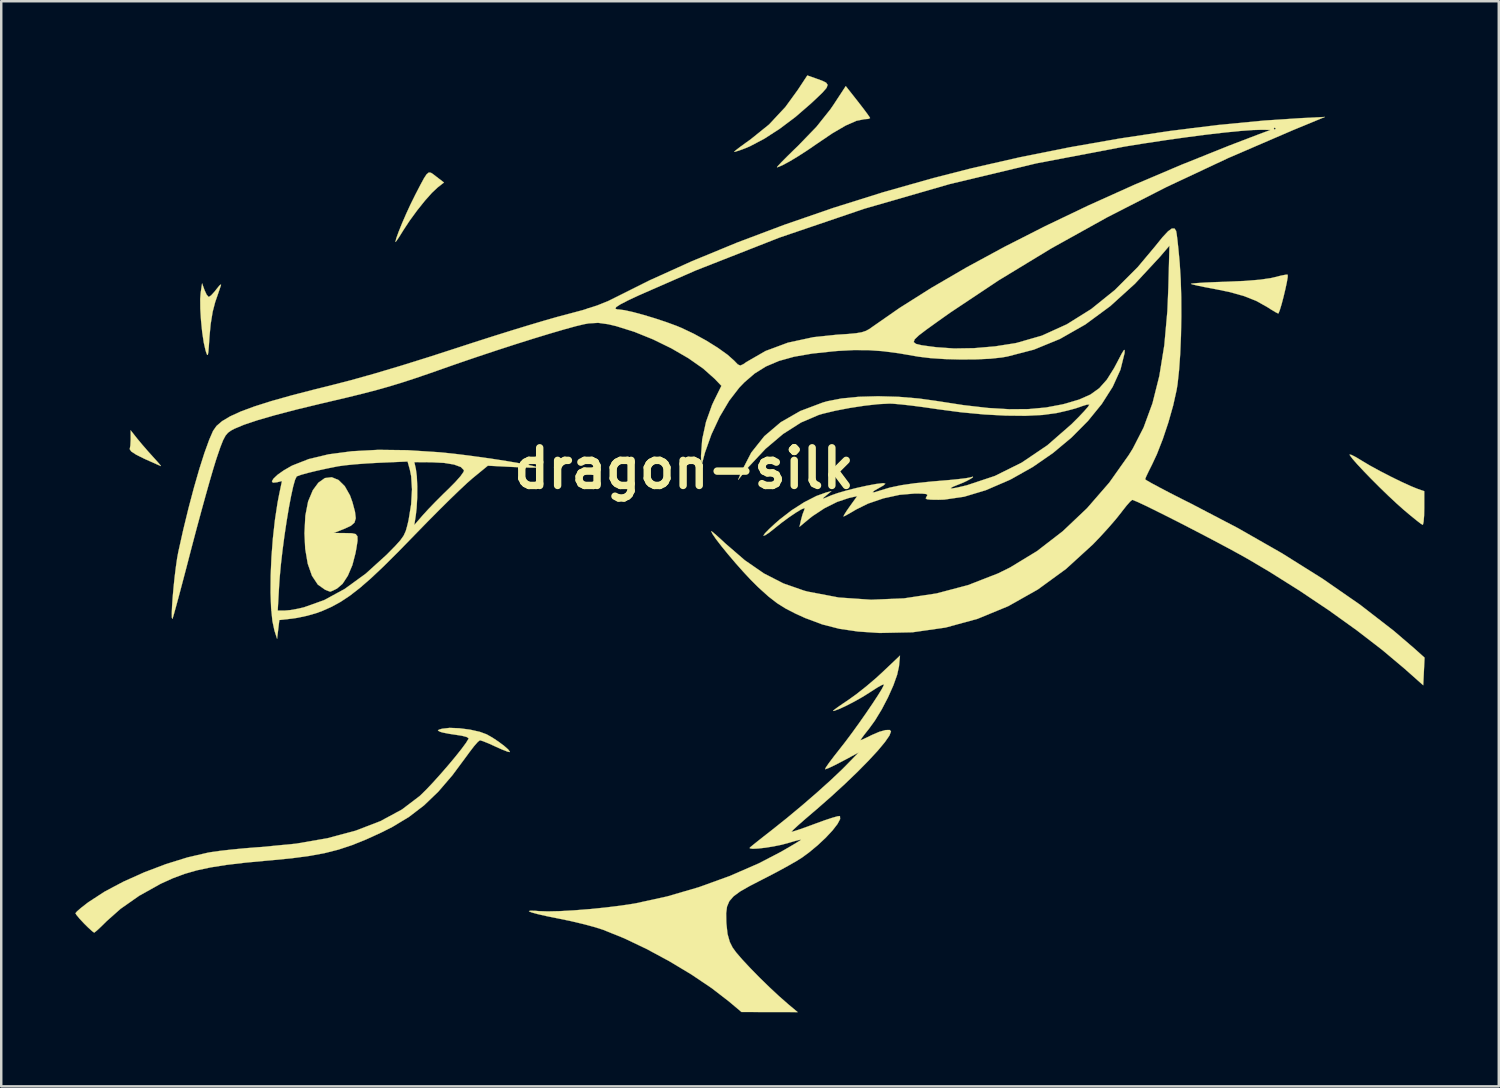
<source format=kicad_pcb>
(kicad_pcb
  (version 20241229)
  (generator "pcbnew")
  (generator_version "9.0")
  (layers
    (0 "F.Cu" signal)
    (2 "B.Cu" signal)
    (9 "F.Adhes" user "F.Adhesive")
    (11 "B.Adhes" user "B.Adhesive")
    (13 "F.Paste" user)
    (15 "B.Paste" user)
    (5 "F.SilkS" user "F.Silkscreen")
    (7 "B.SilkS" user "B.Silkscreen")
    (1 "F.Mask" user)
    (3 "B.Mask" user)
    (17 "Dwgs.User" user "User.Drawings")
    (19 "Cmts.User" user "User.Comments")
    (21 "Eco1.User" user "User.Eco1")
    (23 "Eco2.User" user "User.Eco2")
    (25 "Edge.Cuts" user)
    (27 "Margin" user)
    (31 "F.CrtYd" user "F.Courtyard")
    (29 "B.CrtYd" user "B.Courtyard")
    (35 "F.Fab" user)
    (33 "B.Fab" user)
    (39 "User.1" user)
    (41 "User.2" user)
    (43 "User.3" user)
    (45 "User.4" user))
  (footprint "dragon-silk"
    (layer "F.Cu")
    (at 24.643 15.915)
    (property "Reference" "dragon-silk" (at 0 0 0) (layer "F.SilkS") (effects (font (size 1.524 1.524) (thickness 0.3))))
    (attr through_hole)
    (fp_poly (pts (xy -22.145 -1.216) (xy -21.939 -0.968) (xy -21.685 -0.675) (xy -21.515 -0.487) (xy -21.331 -0.284) (xy -21.209 -0.142) (xy -21.176 -0.094) (xy -21.263 -0.13) (xy -21.466 -0.22) (xy -21.746 -0.345) (xy -21.844 -0.389) (xy -22.177 -0.554) (xy -22.381 -0.688) (xy -22.441 -0.78) (xy -22.44 -0.783) (xy -22.414 -0.933) (xy -22.402 -1.167) (xy -22.402 -1.216) (xy -22.403 -1.543) (xy -22.145 -1.216)) (stroke (width 0.01) (type solid)) (fill yes) (layer "F.SilkS"))
    (fp_poly (pts (xy 5.336 -15.79) (xy 5.593 -15.697) (xy 5.755 -15.618) (xy 5.816 -15.529) (xy 5.772 -15.407) (xy 5.618 -15.228) (xy 5.349 -14.969) (xy 5.132 -14.767) (xy 4.518 -14.235) (xy 3.877 -13.753) (xy 3.247 -13.346) (xy 2.665 -13.04) (xy 2.477 -12.961) (xy 2.236 -12.872) (xy 2.075 -12.823) (xy 2.032 -12.821) (xy 2.097 -12.881) (xy 2.27 -13.014) (xy 2.523 -13.198) (xy 2.691 -13.317) (xy 3.445 -13.925) (xy 4.108 -14.636) (xy 4.602 -15.316) (xy 4.994 -15.91) (xy 5.336 -15.79)) (stroke (width 0.01) (type solid)) (fill yes) (layer "F.SilkS"))
    (fp_poly (pts (xy -10.246 -11.971) (xy -10.142 -11.902) (xy -10.03 -11.815) (xy -9.718 -11.576) (xy -9.975 -11.375) (xy -10.205 -11.159) (xy -10.491 -10.838) (xy -10.801 -10.451) (xy -11.102 -10.039) (xy -11.364 -9.642) (xy -11.39 -9.599) (xy -11.537 -9.364) (xy -11.642 -9.209) (xy -11.684 -9.167) (xy -11.684 -9.168) (xy -11.649 -9.314) (xy -11.555 -9.576) (xy -11.418 -9.916) (xy -11.252 -10.298) (xy -11.074 -10.686) (xy -10.897 -11.043) (xy -10.883 -11.072) (xy -10.673 -11.477) (xy -10.524 -11.752) (xy -10.417 -11.914) (xy -10.331 -11.981) (xy -10.246 -11.971)) (stroke (width 0.01) (type solid)) (fill yes) (layer "F.SilkS"))
    (fp_poly (pts (xy 7.042 -14.854) (xy 7.256 -14.578) (xy 7.423 -14.354) (xy 7.52 -14.214) (xy 7.535 -14.184) (xy 7.462 -14.151) (xy 7.303 -14.139) (xy 6.982 -14.074) (xy 6.551 -13.885) (xy 6.013 -13.572) (xy 5.419 -13.17) (xy 5.013 -12.892) (xy 4.62 -12.638) (xy 4.267 -12.426) (xy 3.984 -12.274) (xy 3.799 -12.198) (xy 3.764 -12.192) (xy 3.804 -12.247) (xy 3.946 -12.398) (xy 4.173 -12.626) (xy 4.462 -12.91) (xy 4.629 -13.071) (xy 5.361 -13.828) (xy 5.929 -14.54) (xy 6.048 -14.714) (xy 6.55 -15.479) (xy 7.042 -14.854)) (stroke (width 0.01) (type solid)) (fill yes) (layer "F.SilkS"))
    (fp_poly (pts (xy 27.037 -0.542) (xy 27.222 -0.446) (xy 27.466 -0.298) (xy 27.78 -0.111) (xy 28.183 0.109) (xy 28.626 0.337) (xy 29.063 0.551) (xy 29.446 0.725) (xy 29.711 0.832) (xy 29.972 0.923) (xy 29.972 1.604) (xy 29.965 1.92) (xy 29.945 2.157) (xy 29.918 2.277) (xy 29.909 2.284) (xy 29.822 2.231) (xy 29.638 2.089) (xy 29.382 1.88) (xy 29.125 1.663) (xy 28.833 1.402) (xy 28.505 1.095) (xy 28.163 0.763) (xy 27.827 0.427) (xy 27.518 0.108) (xy 27.257 -0.171) (xy 27.065 -0.391) (xy 26.962 -0.529) (xy 26.952 -0.565) (xy 27.037 -0.542)) (stroke (width 0.01) (type solid)) (fill yes) (layer "F.SilkS"))
    (fp_poly (pts (xy -19.412 -7.218) (xy -19.326 -7.034) (xy -19.246 -6.944) (xy -19.237 -6.943) (xy -19.146 -7.005) (xy -19.002 -7.163) (xy -18.926 -7.26) (xy -18.804 -7.41) (xy -18.745 -7.448) (xy -18.749 -7.408) (xy -18.807 -7.24) (xy -18.898 -6.974) (xy -18.982 -6.731) (xy -19.083 -6.342) (xy -19.164 -5.843) (xy -19.212 -5.334) (xy -19.238 -4.943) (xy -19.259 -4.703) (xy -19.28 -4.595) (xy -19.308 -4.601) (xy -19.347 -4.703) (xy -19.372 -4.784) (xy -19.444 -5.101) (xy -19.507 -5.523) (xy -19.554 -5.996) (xy -19.583 -6.461) (xy -19.587 -6.864) (xy -19.568 -7.112) (xy -19.511 -7.493) (xy -19.412 -7.218)) (stroke (width 0.01) (type solid)) (fill yes) (layer "F.SilkS"))
    (fp_poly (pts (xy 24.443 -7.843) (xy 24.443 -7.749) (xy 24.408 -7.54) (xy 24.348 -7.258) (xy 24.274 -6.948) (xy 24.197 -6.654) (xy 24.126 -6.419) (xy 24.074 -6.286) (xy 24.059 -6.272) (xy 23.962 -6.319) (xy 23.774 -6.431) (xy 23.625 -6.527) (xy 23.187 -6.774) (xy 22.684 -6.975) (xy 22.08 -7.144) (xy 21.457 -7.271) (xy 21.089 -7.34) (xy 20.786 -7.402) (xy 20.586 -7.45) (xy 20.524 -7.472) (xy 20.59 -7.488) (xy 20.799 -7.506) (xy 21.125 -7.526) (xy 21.542 -7.544) (xy 21.946 -7.558) (xy 22.713 -7.591) (xy 23.32 -7.641) (xy 23.765 -7.706) (xy 23.909 -7.74) (xy 24.177 -7.807) (xy 24.371 -7.844) (xy 24.443 -7.843)) (stroke (width 0.01) (type solid)) (fill yes) (layer "F.SilkS"))
    (fp_poly (pts (xy -13.986 0.47) (xy -13.734 0.719) (xy -13.522 1.093) (xy -13.423 1.369) (xy -13.32 1.754) (xy -13.289 2.017) (xy -13.341 2.195) (xy -13.487 2.323) (xy -13.737 2.439) (xy -14.182 2.614) (xy -13.695 2.619) (xy -13.445 2.625) (xy -13.292 2.658) (xy -13.221 2.749) (xy -13.217 2.929) (xy -13.263 3.229) (xy -13.3 3.431) (xy -13.427 3.917) (xy -13.608 4.343) (xy -13.824 4.673) (xy -14.051 4.866) (xy -14.227 4.953) (xy -14.323 4.99) (xy -14.326 4.99) (xy -14.414 4.958) (xy -14.53 4.912) (xy -14.825 4.704) (xy -15.061 4.349) (xy -15.233 3.861) (xy -15.336 3.254) (xy -15.366 2.625) (xy -15.33 1.913) (xy -15.218 1.337) (xy -15.026 0.88) (xy -14.804 0.579) (xy -14.539 0.39) (xy -14.26 0.357) (xy -13.986 0.47)) (stroke (width 0.01) (type solid)) (fill yes) (layer "F.SilkS"))
    (fp_poly (pts (xy -9.089 10.521) (xy -8.659 10.577) (xy -8.263 10.666) (xy -7.988 10.768) (xy -7.75 10.903) (xy -7.501 11.069) (xy -7.277 11.238) (xy -7.114 11.382) (xy -7.049 11.473) (xy -7.053 11.484) (xy -7.141 11.468) (xy -7.339 11.392) (xy -7.606 11.274) (xy -7.629 11.263) (xy -7.91 11.135) (xy -8.136 11.044) (xy -8.258 11.007) (xy -8.261 11.007) (xy -8.347 11.072) (xy -8.5 11.246) (xy -8.692 11.497) (xy -8.781 11.62) (xy -9.376 12.422) (xy -9.948 13.088) (xy -10.524 13.641) (xy -11.133 14.108) (xy -11.802 14.512) (xy -12.234 14.731) (xy -12.863 15.019) (xy -13.435 15.25) (xy -13.987 15.433) (xy -14.555 15.577) (xy -15.176 15.691) (xy -15.888 15.785) (xy -16.727 15.867) (xy -16.862 15.878) (xy -17.763 15.962) (xy -18.522 16.052) (xy -19.167 16.154) (xy -19.725 16.273) (xy -20.224 16.417) (xy -20.691 16.591) (xy -21.155 16.801) (xy -21.209 16.828) (xy -22.063 17.305) (xy -22.814 17.832) (xy -23.368 18.323) (xy -23.593 18.545) (xy -23.771 18.711) (xy -23.871 18.791) (xy -23.88 18.795) (xy -23.958 18.74) (xy -24.117 18.596) (xy -24.282 18.433) (xy -24.471 18.231) (xy -24.6 18.075) (xy -24.638 18.009) (xy -24.575 17.934) (xy -24.407 17.789) (xy -24.167 17.602) (xy -24.109 17.559) (xy -23.469 17.142) (xy -22.703 16.735) (xy -21.857 16.355) (xy -20.974 16.02) (xy -20.097 15.748) (xy -19.272 15.557) (xy -19.177 15.54) (xy -18.807 15.487) (xy -18.325 15.432) (xy -17.784 15.38) (xy -17.243 15.337) (xy -17.103 15.328) (xy -15.708 15.193) (xy -14.438 14.973) (xy -13.297 14.668) (xy -12.291 14.281) (xy -11.425 13.814) (xy -10.704 13.267) (xy -10.669 13.235) (xy -10.427 12.997) (xy -10.141 12.694) (xy -9.835 12.353) (xy -9.528 11.998) (xy -9.242 11.655) (xy -8.999 11.349) (xy -8.821 11.107) (xy -8.729 10.954) (xy -8.721 10.924) (xy -8.797 10.875) (xy -8.995 10.823) (xy -9.207 10.79) (xy -9.506 10.745) (xy -9.757 10.696) (xy -9.864 10.666) (xy -9.964 10.616) (xy -9.925 10.578) (xy -9.792 10.539) (xy -9.488 10.505) (xy -9.089 10.521)) (stroke (width 0.01) (type solid)) (fill yes) (layer "F.SilkS"))
    (fp_poly (pts (xy -11.197 -0.738) (xy -9.911 -0.655) (xy -9.737 -0.639) (xy -9.269 -0.589) (xy -8.749 -0.525) (xy -8.205 -0.452) (xy -7.662 -0.373) (xy -7.149 -0.292) (xy -6.694 -0.215) (xy -6.323 -0.145) (xy -6.063 -0.087) (xy -5.943 -0.044) (xy -5.941 -0.042) (xy -6.006 -0.033) (xy -6.209 -0.032) (xy -6.519 -0.041) (xy -6.904 -0.057) (xy -6.924 -0.058) (xy -7.941 -0.11) (xy -8.564 0.4) (xy -8.788 0.597) (xy -9.106 0.895) (xy -9.497 1.273) (xy -9.937 1.709) (xy -10.405 2.181) (xy -10.879 2.667) (xy -10.906 2.695) (xy -11.584 3.391) (xy -12.168 3.971) (xy -12.675 4.449) (xy -13.122 4.838) (xy -13.525 5.151) (xy -13.901 5.401) (xy -14.267 5.602) (xy -14.638 5.767) (xy -14.87 5.853) (xy -15.249 5.963) (xy -15.668 6.052) (xy -15.872 6.082) (xy -16.383 6.138) (xy -16.429 6.519) (xy -16.474 6.9) (xy -16.582 6.562) (xy -16.664 6.178) (xy -16.706 5.757) (xy -16.449 5.757) (xy -16.174 5.757) (xy -15.941 5.736) (xy -15.626 5.68) (xy -15.387 5.624) (xy -14.568 5.332) (xy -13.733 4.877) (xy -12.887 4.263) (xy -12.04 3.495) (xy -11.976 3.431) (xy -11.68 3.129) (xy -11.48 2.906) (xy -11.35 2.721) (xy -11.264 2.533) (xy -11.199 2.302) (xy -11.197 2.294) (xy -10.92 2.294) (xy -10.572 1.892) (xy -10.359 1.659) (xy -10.068 1.357) (xy -9.744 1.033) (xy -9.546 0.842) (xy -9.261 0.555) (xy -9.047 0.314) (xy -8.926 0.142) (xy -8.907 0.075) (xy -9.034 -0.056) (xy -9.309 -0.157) (xy -9.71 -0.223) (xy -10.217 -0.249) (xy -10.221 -0.249) (xy -10.918 -0.254) (xy -10.856 0.021) (xy -10.817 0.319) (xy -10.799 0.723) (xy -10.801 1.172) (xy -10.825 1.605) (xy -10.857 1.888) (xy -10.92 2.294) (xy -11.197 2.294) (xy -11.15 2.088) (xy -11.047 1.458) (xy -11.012 0.849) (xy -11.046 0.312) (xy -11.099 0.051) (xy -11.191 -0.279) (xy -12.348 -0.229) (xy -12.827 -0.203) (xy -13.296 -0.168) (xy -13.702 -0.128) (xy -13.995 -0.088) (xy -14.012 -0.085) (xy -14.443 0.001) (xy -14.859 0.092) (xy -15.225 0.181) (xy -15.505 0.259) (xy -15.664 0.317) (xy -15.683 0.329) (xy -15.747 0.461) (xy -15.824 0.734) (xy -15.909 1.123) (xy -16 1.603) (xy -16.09 2.145) (xy -16.177 2.726) (xy -16.255 3.317) (xy -16.321 3.893) (xy -16.37 4.428) (xy -16.39 4.72) (xy -16.449 5.757) (xy -16.706 5.757) (xy -16.716 5.659) (xy -16.739 5.034) (xy -16.734 4.333) (xy -16.702 3.588) (xy -16.644 2.828) (xy -16.561 2.083) (xy -16.455 1.385) (xy -16.388 1.04) (xy -16.277 0.51) (xy -16.478 0.561) (xy -16.644 0.577) (xy -16.684 0.519) (xy -16.614 0.406) (xy -16.451 0.254) (xy -16.209 0.083) (xy -15.907 -0.092) (xy -15.854 -0.119) (xy -15.194 -0.378) (xy -14.387 -0.571) (xy -13.446 -0.695) (xy -12.379 -0.752) (xy -11.197 -0.738)) (stroke (width 0.01) (type solid)) (fill yes) (layer "F.SilkS"))
    (fp_poly (pts (xy 8.705 8.012) (xy 8.63 8.354) (xy 8.475 8.788) (xy 8.26 9.27) (xy 8.006 9.757) (xy 7.733 10.205) (xy 7.491 10.539) (xy 7.31 10.767) (xy 7.187 10.933) (xy 7.145 11.006) (xy 7.146 11.007) (xy 7.236 10.972) (xy 7.428 10.882) (xy 7.604 10.795) (xy 7.91 10.663) (xy 8.164 10.593) (xy 8.332 10.59) (xy 8.382 10.647) (xy 8.318 10.816) (xy 8.137 11.077) (xy 7.854 11.418) (xy 7.481 11.822) (xy 7.033 12.277) (xy 6.523 12.767) (xy 5.966 13.278) (xy 5.376 13.796) (xy 5.224 13.925) (xy 4.902 14.201) (xy 4.635 14.435) (xy 4.446 14.609) (xy 4.357 14.702) (xy 4.353 14.711) (xy 4.438 14.693) (xy 4.649 14.626) (xy 4.955 14.518) (xy 5.323 14.383) (xy 5.323 14.382) (xy 5.693 14.248) (xy 6.004 14.145) (xy 6.221 14.084) (xy 6.314 14.075) (xy 6.322 14.195) (xy 6.216 14.395) (xy 6.016 14.654) (xy 5.742 14.948) (xy 5.415 15.255) (xy 5.054 15.554) (xy 4.784 15.752) (xy 4.556 15.895) (xy 4.215 16.09) (xy 3.802 16.316) (xy 3.355 16.55) (xy 3.176 16.641) (xy 2.657 16.908) (xy 2.273 17.128) (xy 2.006 17.325) (xy 1.835 17.522) (xy 1.742 17.742) (xy 1.707 18.009) (xy 1.713 18.346) (xy 1.717 18.427) (xy 1.763 18.849) (xy 1.855 19.174) (xy 1.969 19.401) (xy 2.117 19.603) (xy 2.365 19.89) (xy 2.688 20.236) (xy 3.059 20.615) (xy 3.453 20.999) (xy 3.842 21.362) (xy 4.202 21.678) (xy 4.227 21.7) (xy 4.602 22.013) (xy 2.328 22.009) (xy 1.82 21.581) (xy 1.123 21.043) (xy 0.305 20.492) (xy -0.589 19.955) (xy -1.512 19.457) (xy -2.421 19.024) (xy -3.27 18.681) (xy -3.302 18.67) (xy -3.642 18.563) (xy -4.089 18.444) (xy -4.583 18.327) (xy -5.035 18.233) (xy -5.547 18.13) (xy -5.929 18.043) (xy -6.175 17.975) (xy -6.279 17.929) (xy -6.233 17.907) (xy -6.031 17.911) (xy -5.873 17.924) (xy -5.516 17.936) (xy -5.03 17.925) (xy -4.454 17.893) (xy -3.827 17.843) (xy -3.188 17.779) (xy -2.574 17.704) (xy -2.025 17.621) (xy -1.939 17.605) (xy -0.687 17.331) (xy 0.592 16.958) (xy 1.847 16.505) (xy 3.028 15.991) (xy 3.906 15.534) (xy 4.238 15.344) (xy 4.507 15.185) (xy 4.684 15.075) (xy 4.741 15.032) (xy 4.668 15.04) (xy 4.476 15.09) (xy 4.233 15.162) (xy 3.947 15.238) (xy 3.623 15.304) (xy 3.298 15.356) (xy 3.007 15.389) (xy 2.784 15.4) (xy 2.666 15.383) (xy 2.667 15.351) (xy 2.764 15.27) (xy 2.965 15.108) (xy 3.241 14.89) (xy 3.556 14.644) (xy 4.158 14.164) (xy 4.775 13.65) (xy 5.375 13.132) (xy 5.923 12.639) (xy 6.384 12.203) (xy 6.562 12.025) (xy 7.07 11.503) (xy 6.409 11.857) (xy 6.112 12.011) (xy 5.875 12.123) (xy 5.735 12.176) (xy 5.713 12.176) (xy 5.749 12.101) (xy 5.873 11.922) (xy 6.065 11.667) (xy 6.288 11.383) (xy 6.539 11.062) (xy 6.816 10.691) (xy 7.102 10.294) (xy 7.38 9.897) (xy 7.634 9.523) (xy 7.848 9.196) (xy 8.005 8.942) (xy 8.087 8.783) (xy 8.094 8.743) (xy 8.011 8.769) (xy 7.828 8.871) (xy 7.58 9.03) (xy 7.536 9.059) (xy 7.249 9.24) (xy 6.921 9.426) (xy 6.591 9.598) (xy 6.302 9.733) (xy 6.095 9.81) (xy 6.034 9.821) (xy 6.074 9.779) (xy 6.228 9.665) (xy 6.469 9.499) (xy 6.627 9.394) (xy 6.97 9.149) (xy 7.372 8.832) (xy 7.775 8.489) (xy 8.012 8.272) (xy 8.746 7.578) (xy 8.705 8.012)) (stroke (width 0.01) (type solid)) (fill yes) (layer "F.SilkS"))
    (fp_poly (pts (xy 17.84 -4.702) (xy 17.835 -4.657) (xy 17.671 -3.996) (xy 17.359 -3.308) (xy 16.915 -2.609) (xy 16.353 -1.919) (xy 15.691 -1.252) (xy 14.943 -0.627) (xy 14.124 -0.06) (xy 13.251 0.432) (xy 13.17 0.472) (xy 12.217 0.883) (xy 11.341 1.146) (xy 10.536 1.263) (xy 10.305 1.27) (xy 10 1.266) (xy 9.836 1.248) (xy 9.786 1.21) (xy 9.821 1.144) (xy 9.821 1.143) (xy 9.857 1.076) (xy 9.807 1.037) (xy 9.642 1.02) (xy 9.351 1.016) (xy 8.734 1.068) (xy 8.077 1.211) (xy 7.45 1.425) (xy 6.976 1.66) (xy 6.727 1.806) (xy 6.541 1.91) (xy 6.459 1.947) (xy 6.482 1.885) (xy 6.583 1.724) (xy 6.715 1.535) (xy 7.012 1.122) (xy 6.674 1.198) (xy 6.202 1.355) (xy 5.691 1.61) (xy 5.207 1.929) (xy 5.068 2.038) (xy 4.676 2.365) (xy 4.74 2.081) (xy 4.8 1.86) (xy 4.859 1.708) (xy 4.862 1.703) (xy 4.887 1.617) (xy 4.872 1.609) (xy 4.751 1.657) (xy 4.535 1.787) (xy 4.262 1.971) (xy 3.969 2.186) (xy 3.693 2.405) (xy 3.662 2.431) (xy 3.443 2.604) (xy 3.284 2.708) (xy 3.218 2.722) (xy 3.217 2.718) (xy 3.278 2.629) (xy 3.442 2.46) (xy 3.681 2.238) (xy 3.868 2.074) (xy 4.357 1.696) (xy 4.869 1.368) (xy 5.36 1.117) (xy 5.757 0.974) (xy 5.969 0.921) (xy 5.757 1.096) (xy 5.642 1.194) (xy 5.624 1.227) (xy 5.725 1.192) (xy 5.959 1.092) (xy 6.221 0.999) (xy 6.582 0.894) (xy 6.994 0.79) (xy 7.407 0.699) (xy 7.771 0.631) (xy 8.037 0.599) (xy 8.086 0.598) (xy 8.152 0.621) (xy 8.073 0.691) (xy 7.938 0.768) (xy 7.709 0.898) (xy 7.633 0.966) (xy 7.709 0.967) (xy 7.937 0.897) (xy 7.943 0.894) (xy 8.336 0.776) (xy 8.796 0.68) (xy 9.354 0.599) (xy 10.04 0.529) (xy 10.306 0.507) (xy 10.736 0.471) (xy 11.113 0.433) (xy 11.402 0.398) (xy 11.564 0.37) (xy 11.576 0.367) (xy 11.699 0.334) (xy 11.698 0.359) (xy 11.603 0.423) (xy 11.443 0.51) (xy 11.245 0.6) (xy 11.153 0.636) (xy 10.894 0.74) (xy 10.794 0.799) (xy 10.848 0.812) (xy 11.051 0.778) (xy 11.398 0.696) (xy 11.452 0.683) (xy 12.587 0.305) (xy 13.674 -0.235) (xy 14.711 -0.936) (xy 15.684 -1.785) (xy 15.971 -2.071) (xy 16.202 -2.315) (xy 16.356 -2.492) (xy 16.412 -2.579) (xy 16.411 -2.583) (xy 16.312 -2.582) (xy 16.124 -2.524) (xy 16.075 -2.505) (xy 15.852 -2.43) (xy 15.526 -2.342) (xy 15.158 -2.257) (xy 15.073 -2.239) (xy 14.518 -2.164) (xy 13.827 -2.13) (xy 13.03 -2.138) (xy 12.153 -2.185) (xy 11.226 -2.272) (xy 10.277 -2.397) (xy 10.217 -2.406) (xy 9.705 -2.48) (xy 9.214 -2.544) (xy 8.785 -2.592) (xy 8.457 -2.62) (xy 8.323 -2.625) (xy 7.868 -2.602) (xy 7.311 -2.54) (xy 6.711 -2.448) (xy 6.127 -2.336) (xy 5.62 -2.214) (xy 5.454 -2.165) (xy 4.735 -1.857) (xy 4.011 -1.395) (xy 3.297 -0.79) (xy 2.609 -0.055) (xy 2.427 0.169) (xy 2.192 0.466) (xy 2.328 0.127) (xy 2.725 -0.642) (xy 3.256 -1.308) (xy 3.918 -1.87) (xy 4.709 -2.324) (xy 5.625 -2.669) (xy 5.805 -2.72) (xy 6.379 -2.832) (xy 7.078 -2.9) (xy 7.859 -2.922) (xy 8.684 -2.899) (xy 9.512 -2.83) (xy 10.202 -2.734) (xy 11.322 -2.561) (xy 12.305 -2.448) (xy 13.174 -2.396) (xy 13.951 -2.402) (xy 14.658 -2.467) (xy 15.316 -2.591) (xy 15.429 -2.619) (xy 16.005 -2.79) (xy 16.455 -2.99) (xy 16.815 -3.249) (xy 17.123 -3.596) (xy 17.415 -4.063) (xy 17.569 -4.354) (xy 17.717 -4.638) (xy 17.804 -4.782) (xy 17.841 -4.799) (xy 17.84 -4.702)) (stroke (width 0.01) (type solid)) (fill yes) (layer "F.SilkS"))
    (fp_poly (pts (xy 24.638 -13.689) (xy 22.037 -12.568) (xy 19.535 -11.394) (xy 17.143 -10.172) (xy 14.876 -8.912) (xy 12.747 -7.619) (xy 10.77 -6.302) (xy 10.261 -5.941) (xy 9.819 -5.623) (xy 9.512 -5.39) (xy 9.339 -5.226) (xy 9.3 -5.115) (xy 9.395 -5.041) (xy 9.621 -4.987) (xy 9.98 -4.937) (xy 10.225 -4.906) (xy 10.939 -4.856) (xy 11.748 -4.869) (xy 12.591 -4.941) (xy 13.406 -5.069) (xy 13.466 -5.081) (xy 14.491 -5.376) (xy 15.501 -5.835) (xy 16.489 -6.453) (xy 17.447 -7.226) (xy 18.369 -8.148) (xy 19.08 -8.996) (xy 19.377 -9.364) (xy 19.597 -9.599) (xy 19.752 -9.713) (xy 19.858 -9.714) (xy 19.924 -9.618) (xy 19.947 -9.494) (xy 19.98 -9.236) (xy 20.018 -8.877) (xy 20.058 -8.452) (xy 20.07 -8.315) (xy 20.111 -7.664) (xy 20.133 -6.933) (xy 20.136 -6.16) (xy 20.122 -5.383) (xy 20.091 -4.64) (xy 20.044 -3.97) (xy 19.983 -3.411) (xy 19.945 -3.175) (xy 19.805 -2.546) (xy 19.612 -1.865) (xy 19.386 -1.188) (xy 19.146 -0.574) (xy 18.95 -0.155) (xy 18.813 0.117) (xy 18.713 0.328) (xy 18.671 0.436) (xy 18.671 0.439) (xy 18.743 0.491) (xy 18.946 0.607) (xy 19.261 0.776) (xy 19.665 0.988) (xy 20.14 1.23) (xy 20.532 1.427) (xy 22.431 2.419) (xy 24.212 3.436) (xy 25.862 4.471) (xy 27.373 5.519) (xy 28.732 6.571) (xy 29.576 7.295) (xy 29.984 7.662) (xy 29.93 8.78) (xy 29.168 8.104) (xy 28.269 7.348) (xy 27.241 6.556) (xy 26.116 5.749) (xy 24.923 4.949) (xy 23.695 4.177) (xy 22.86 3.683) (xy 22.511 3.487) (xy 22.081 3.252) (xy 21.592 2.991) (xy 21.066 2.714) (xy 20.524 2.433) (xy 19.99 2.158) (xy 19.483 1.902) (xy 19.028 1.675) (xy 18.645 1.488) (xy 18.356 1.354) (xy 18.184 1.282) (xy 18.149 1.273) (xy 18.067 1.339) (xy 17.917 1.508) (xy 17.729 1.747) (xy 17.695 1.793) (xy 17.479 2.063) (xy 17.183 2.405) (xy 16.847 2.773) (xy 16.551 3.081) (xy 15.467 4.07) (xy 14.325 4.902) (xy 13.13 5.576) (xy 11.884 6.09) (xy 10.591 6.443) (xy 9.254 6.634) (xy 7.916 6.662) (xy 7.048 6.604) (xy 6.292 6.493) (xy 5.597 6.315) (xy 4.91 6.058) (xy 4.513 5.878) (xy 4.11 5.67) (xy 3.764 5.452) (xy 3.424 5.188) (xy 3.036 4.839) (xy 2.963 4.769) (xy 2.697 4.503) (xy 2.399 4.183) (xy 2.087 3.832) (xy 1.786 3.478) (xy 1.515 3.146) (xy 1.296 2.861) (xy 1.151 2.649) (xy 1.101 2.539) (xy 1.157 2.574) (xy 1.309 2.703) (xy 1.53 2.903) (xy 1.672 3.036) (xy 2.462 3.718) (xy 3.237 4.253) (xy 4.028 4.658) (xy 4.863 4.949) (xy 5.007 4.987) (xy 6.27 5.227) (xy 7.579 5.317) (xy 8.906 5.261) (xy 10.224 5.062) (xy 11.503 4.724) (xy 12.717 4.251) (xy 13.205 4.01) (xy 14.29 3.35) (xy 15.336 2.543) (xy 16.319 1.611) (xy 17.218 0.576) (xy 18.009 -0.541) (xy 18.172 -0.804) (xy 18.61 -1.659) (xy 18.968 -2.637) (xy 19.246 -3.744) (xy 19.447 -4.987) (xy 19.571 -6.371) (xy 19.611 -7.324) (xy 19.655 -9.017) (xy 19.255 -8.551) (xy 18.26 -7.479) (xy 17.261 -6.573) (xy 16.25 -5.828) (xy 15.221 -5.242) (xy 14.17 -4.811) (xy 13.091 -4.531) (xy 12.869 -4.492) (xy 12.407 -4.442) (xy 11.832 -4.415) (xy 11.199 -4.41) (xy 10.563 -4.427) (xy 9.977 -4.466) (xy 9.497 -4.524) (xy 9.44 -4.534) (xy 8.685 -4.664) (xy 8.039 -4.748) (xy 7.45 -4.789) (xy 6.865 -4.791) (xy 6.233 -4.757) (xy 6.064 -4.743) (xy 5.19 -4.65) (xy 4.458 -4.523) (xy 3.843 -4.352) (xy 3.319 -4.129) (xy 2.861 -3.844) (xy 2.444 -3.485) (xy 2.238 -3.271) (xy 1.831 -2.743) (xy 1.447 -2.096) (xy 1.111 -1.378) (xy 0.848 -0.64) (xy 0.735 -0.212) (xy 0.714 -0.193) (xy 0.696 -0.317) (xy 0.689 -0.508) (xy 0.737 -1.174) (xy 0.892 -1.884) (xy 1.137 -2.569) (xy 1.222 -2.752) (xy 1.515 -3.344) (xy 1.244 -3.628) (xy 0.777 -4.043) (xy 0.18 -4.461) (xy -0.509 -4.861) (xy -1.252 -5.224) (xy -2.011 -5.531) (xy -2.748 -5.762) (xy -3.069 -5.838) (xy -3.473 -5.894) (xy -3.85 -5.873) (xy -4.043 -5.839) (xy -4.377 -5.759) (xy -4.845 -5.63) (xy -5.423 -5.461) (xy -6.086 -5.259) (xy -6.807 -5.032) (xy -7.563 -4.787) (xy -8.328 -4.533) (xy -9.078 -4.278) (xy -9.567 -4.107) (xy -10.279 -3.857) (xy -10.885 -3.65) (xy -11.425 -3.474) (xy -11.933 -3.319) (xy -12.448 -3.174) (xy -13.005 -3.029) (xy -13.643 -2.872) (xy -14.399 -2.694) (xy -14.66 -2.633) (xy -15.676 -2.388) (xy -16.543 -2.161) (xy -17.257 -1.955) (xy -17.813 -1.769) (xy -18.208 -1.604) (xy -18.345 -1.53) (xy -18.464 -1.443) (xy -18.564 -1.324) (xy -18.66 -1.143) (xy -18.768 -0.87) (xy -18.904 -0.474) (xy -18.954 -0.322) (xy -19.061 0.027) (xy -19.202 0.509) (xy -19.367 1.094) (xy -19.548 1.751) (xy -19.737 2.449) (xy -19.924 3.157) (xy -19.984 3.387) (xy -20.151 4.032) (xy -20.307 4.623) (xy -20.444 5.14) (xy -20.559 5.564) (xy -20.645 5.876) (xy -20.698 6.055) (xy -20.711 6.091) (xy -20.734 6.046) (xy -20.738 5.864) (xy -20.726 5.576) (xy -20.701 5.213) (xy -20.665 4.806) (xy -20.621 4.385) (xy -20.571 3.982) (xy -20.52 3.628) (xy -20.475 3.387) (xy -20.274 2.485) (xy -20.06 1.608) (xy -19.841 0.781) (xy -19.624 0.027) (xy -19.415 -0.629) (xy -19.221 -1.164) (xy -19.067 -1.519) (xy -18.927 -1.719) (xy -18.7 -1.914) (xy -18.376 -2.107) (xy -17.945 -2.304) (xy -17.394 -2.508) (xy -16.714 -2.724) (xy -15.894 -2.955) (xy -14.923 -3.206) (xy -14.351 -3.347) (xy -13.507 -3.564) (xy -12.53 -3.838) (xy -11.443 -4.162) (xy -10.269 -4.529) (xy -9.229 -4.866) (xy -8.467 -5.114) (xy -7.701 -5.359) (xy -6.959 -5.591) (xy -6.268 -5.802) (xy -5.656 -5.984) (xy -5.15 -6.129) (xy -4.784 -6.226) (xy -4.091 -6.411) (xy -3.925 -6.465) (xy -2.781 -6.465) (xy -2.69 -6.436) (xy -2.634 -6.435) (xy -2.408 -6.406) (xy -2.064 -6.33) (xy -1.642 -6.216) (xy -1.182 -6.078) (xy -0.723 -5.926) (xy -0.306 -5.773) (xy -0.103 -5.689) (xy 0.397 -5.452) (xy 0.902 -5.175) (xy 1.37 -4.883) (xy 1.761 -4.603) (xy 2.026 -4.368) (xy 2.178 -4.211) (xy 2.28 -4.165) (xy 2.402 -4.22) (xy 2.527 -4.307) (xy 3.306 -4.756) (xy 4.211 -5.092) (xy 5.242 -5.314) (xy 6.186 -5.413) (xy 6.645 -5.443) (xy 6.971 -5.474) (xy 7.199 -5.513) (xy 7.366 -5.568) (xy 7.507 -5.645) (xy 7.601 -5.712) (xy 8.729 -6.497) (xy 10.01 -7.306) (xy 11.43 -8.133) (xy 12.974 -8.97) (xy 14.629 -9.811) (xy 16.381 -10.649) (xy 18.217 -11.476) (xy 20.122 -12.286) (xy 22.082 -13.072) (xy 23.283 -13.531) (xy 23.749 -13.705) (xy 23.398 -13.711) (xy 23.032 -13.7) (xy 22.523 -13.663) (xy 21.893 -13.6) (xy 21.165 -13.516) (xy 20.363 -13.412) (xy 19.509 -13.292) (xy 18.627 -13.159) (xy 17.838 -13.031) (xy 14.274 -12.353) (xy 10.76 -11.513) (xy 7.292 -10.512) (xy 3.867 -9.347) (xy 0.481 -8.018) (xy -1.799 -7.021) (xy -2.262 -6.805) (xy -2.575 -6.643) (xy -2.745 -6.532) (xy -2.781 -6.465) (xy -3.925 -6.465) (xy -3.51 -6.599) (xy -3.064 -6.779) (xy -2.963 -6.829) (xy -1.393 -7.614) (xy 0.319 -8.388) (xy 2.148 -9.142) (xy 4.067 -9.865) (xy 6.049 -10.549) (xy 8.068 -11.183) (xy 10.097 -11.757) (xy 11.642 -12.152) (xy 13.6 -12.598) (xy 15.612 -13.001) (xy 17.642 -13.357) (xy 19.655 -13.66) (xy 20.447 -13.758) (xy 23.876 -13.758) (xy 23.918 -13.716) (xy 23.961 -13.758) (xy 23.918 -13.801) (xy 23.876 -13.758) (xy 20.447 -13.758) (xy 21.616 -13.904) (xy 23.49 -14.084) (xy 24.977 -14.182) (xy 25.95 -14.231) (xy 24.638 -13.689)) (stroke (width 0.01) (type solid)) (fill yes) (layer "F.SilkS")))
  (gr_rect
    (start -3 -3)
    (end 57.632 40.934)
    (stroke (width 0.1) (type default))
    (fill no)
    (layer "Edge.Cuts")))
</source>
